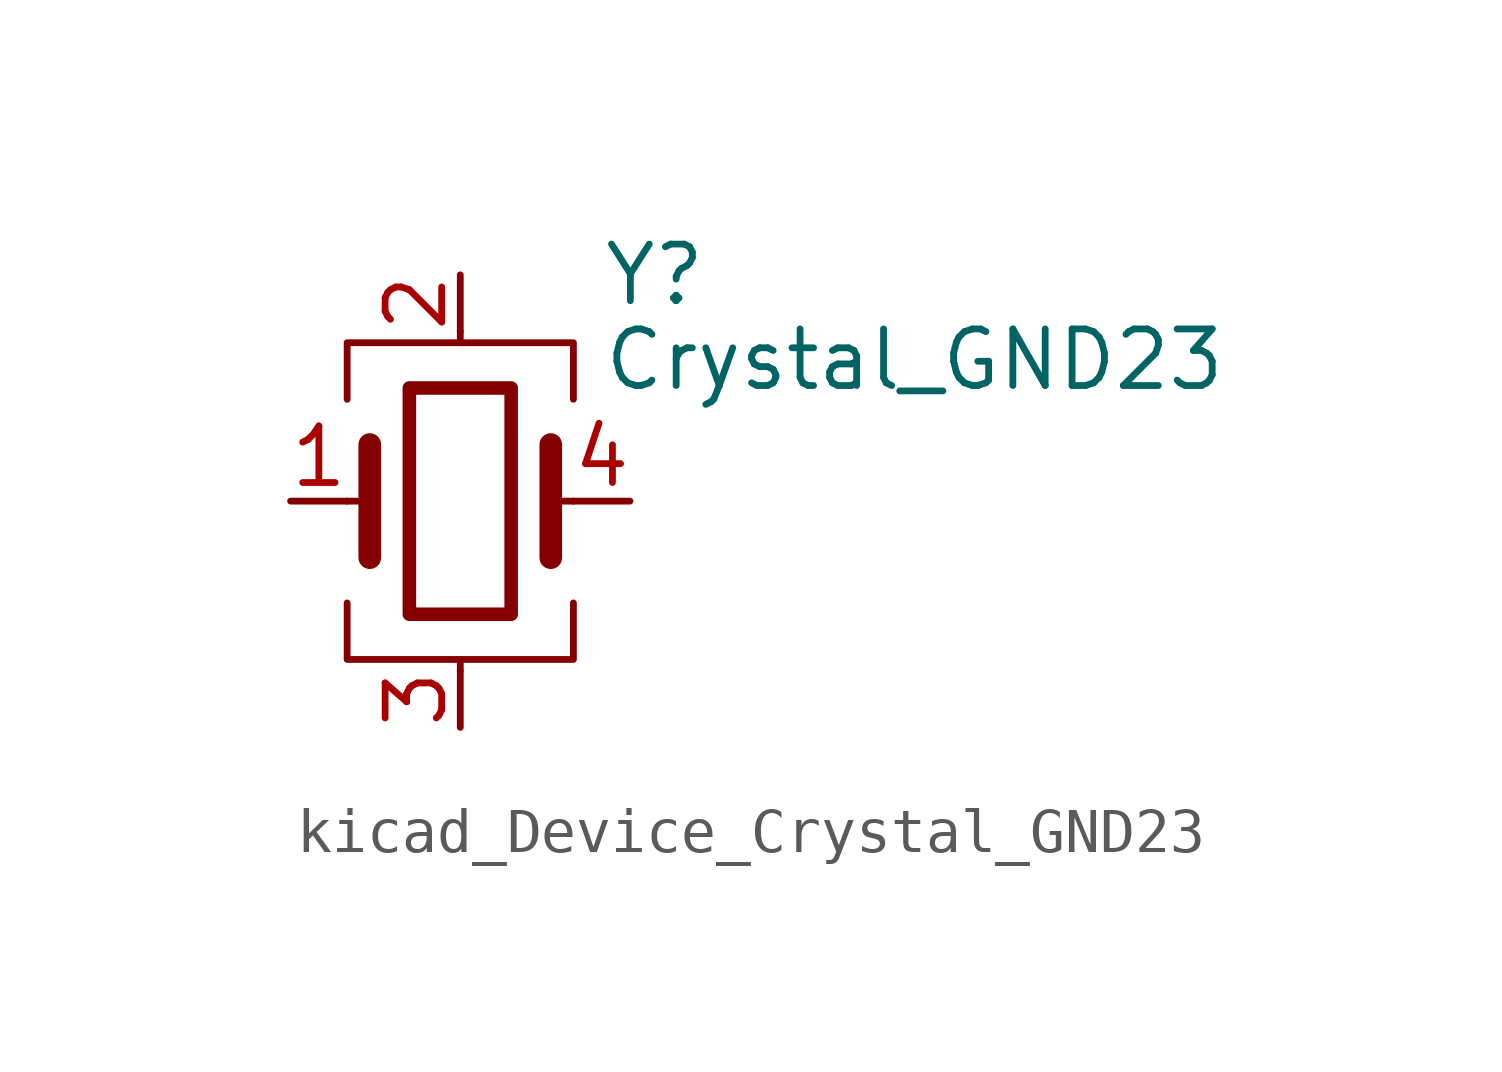
<source format=kicad_sym>
(kicad_symbol_lib
  (version 20220914)
  (generator kicad_symbol_editor)
  (symbol "kicad_Device_Crystal_GND23"
    (pin_names
      (offset 1.016) hide)
    (property "Reference" "Y"
      (at 3.175 5.08 0)
      (effects (font (size 1.27 1.27)) (justify left)))
    (property "Value" "Crystal_GND23"
      (at 3.175 3.175 0)
      (effects (font (size 1.27 1.27)) (justify left)))
    (symbol "kicad_Device_Crystal_GND23_0_1"
      (rectangle (start -1.143 2.54) (end 1.143 -2.54) (stroke (width 0.305) (type default)) (fill (type none)))
      (polyline (pts (xy -2.54 0) (xy -2.032 0)) (stroke (width 0) (type default)) (fill (type none)))
      (polyline (pts (xy -2.032 -1.27) (xy -2.032 1.27)) (stroke (width 0.508) (type default)) (fill (type none)))
      (polyline (pts (xy 0 -3.81) (xy 0 -3.556)) (stroke (width 0) (type default)) (fill (type none)))
      (polyline (pts (xy 0 3.556) (xy 0 3.81)) (stroke (width 0) (type default)) (fill (type none)))
      (polyline (pts (xy 2.032 -1.27) (xy 2.032 1.27)) (stroke (width 0.508) (type default)) (fill (type none)))
      (polyline (pts (xy 2.032 0) (xy 2.54 0)) (stroke (width 0) (type default)) (fill (type none)))
      (polyline (pts (xy -2.54 -2.286) (xy -2.54 -3.556) (xy 2.54 -3.556) (xy 2.54 -2.286)) (stroke (width 0) (type default)) (fill (type none)))
      (polyline (pts (xy -2.54 2.286) (xy -2.54 3.556) (xy 2.54 3.556) (xy 2.54 2.286)) (stroke (width 0) (type default)) (fill (type none))))
    (symbol "kicad_Device_Crystal_GND23_1_1"
      (pin passive line (at -3.81 0 0) (length 1.27) (name "1" (effects (font (size 1.27 1.27)))) (number "1" (effects (font (size 1.27 1.27)))))
      (pin passive line (at 0 5.08 270) (length 1.27) (name "2" (effects (font (size 1.27 1.27)))) (number "2" (effects (font (size 1.27 1.27)))))
      (pin passive line (at 0 -5.08 90) (length 1.27) (name "3" (effects (font (size 1.27 1.27)))) (number "3" (effects (font (size 1.27 1.27)))))
      (pin passive line (at 3.81 0 180) (length 1.27) (name "4" (effects (font (size 1.27 1.27)))) (number "4" (effects (font (size 1.27 1.27))))))))
</source>
